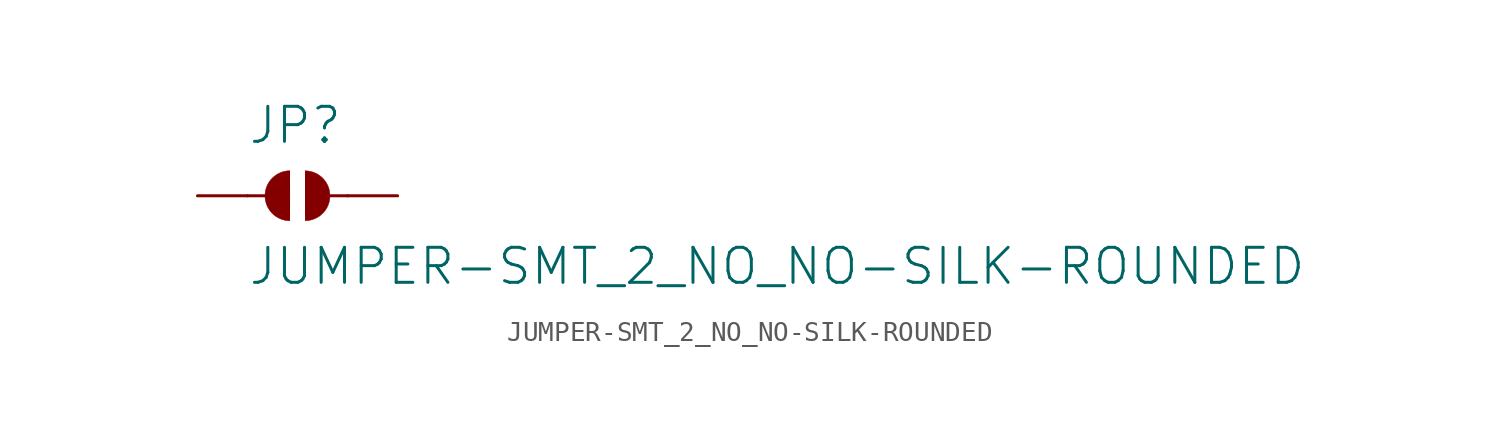
<source format=kicad_sym>
(kicad_symbol_lib
  (version 20211014)
  (generator kicad_symbol_editor)
  (symbol "JUMPER-SMT_2_NO_NO-SILK-ROUNDED"
    (property "Reference" "JP"
      (at -2.54 2.54 0)
      (effects (font (size 1.778 1.778)) (justify left bottom)))
    (property "Value" "JUMPER-SMT_2_NO_NO-SILK-ROUNDED"
      (at -2.54 -2.54 0)
      (effects (font (size 1.778 1.778)) (justify left top)))
    (property "ki_locked" ""
      (at 0 0 0)
      (effects (font (size 1.27 1.27))))
    (symbol "JUMPER-SMT_2_NO_NO-SILK-ROUNDED_1_0"
      (arc (start -0.381 1.2699) (mid -1.6508 0) (end -0.381 -1.2699) (stroke (width 0.0001) (type default) (color 0 0 0 0)) (fill (type outline)))
      (polyline (pts (xy -2.54 0) (xy -1.651 0)) (stroke (width 0.152) (type default) (color 0 0 0 0)) (fill (type none)))
      (polyline (pts (xy 2.54 0) (xy 1.651 0)) (stroke (width 0.152) (type default) (color 0 0 0 0)) (fill (type none)))
      (arc (start 0.381 -1.2699) (mid 1.6508 0) (end 0.381 1.2699) (stroke (width 0.0001) (type default) (color 0 0 0 0)) (fill (type outline)))
      (pin passive line (at -5.08 0 0) (length 2.54) (name "1" (effects (font (size 0 0)))) (number "1" (effects (font (size 0 0)))))
      (pin passive line (at 5.08 0 180) (length 2.54) (name "2" (effects (font (size 0 0)))) (number "2" (effects (font (size 0 0))))))))
</source>
